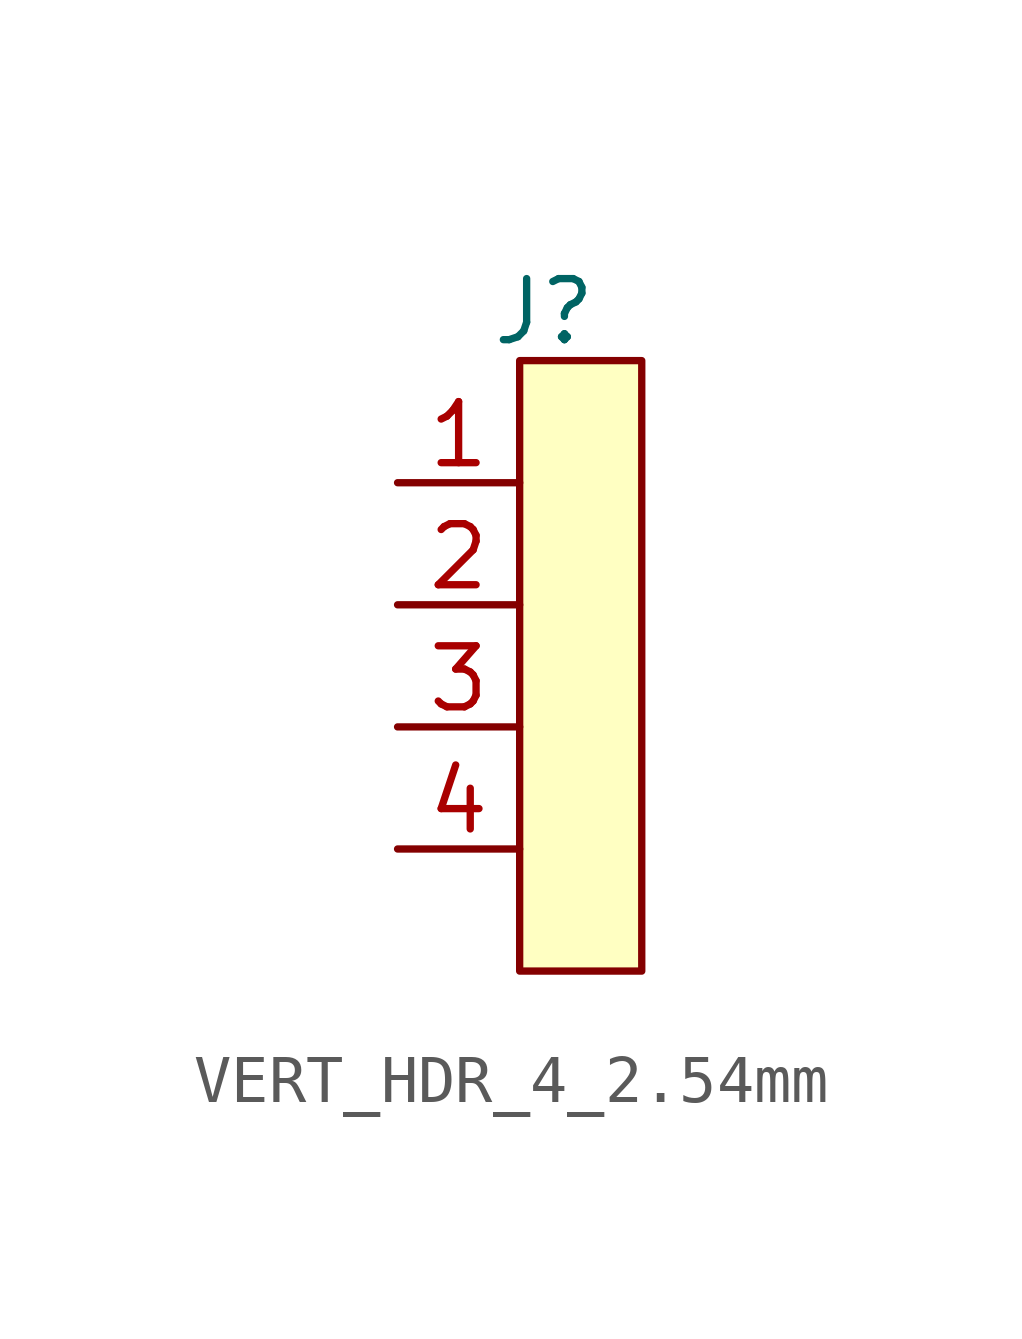
<source format=kicad_sym>
(kicad_symbol_lib
  (version 20231120)
  (generator "kicad_symbol_editor")
  (generator_version "8.0")
  (symbol "VERT_HDR_4_2.54mm"
    (property "Reference" "J"
      (at -0.762 3.556 0)
      (effects (font (size 1.27 1.27))))
    (symbol "VERT_HDR_4_2.54mm_1_1"
      (rectangle (start -1.27 2.54) (end 1.27 -10.16) (stroke (width 0) (type default)) (fill (type background)))
      (pin unspecified line (at -3.81 0 0) (length 2.54) (name "" (effects (font (size 1.27 1.27)))) (number "1" (effects (font (size 1.27 1.27)))))
      (pin unspecified line (at -3.81 -2.54 0) (length 2.54) (name "" (effects (font (size 1.27 1.27)))) (number "2" (effects (font (size 1.27 1.27)))))
      (pin unspecified line (at -3.81 -5.08 0) (length 2.54) (name "" (effects (font (size 1.27 1.27)))) (number "3" (effects (font (size 1.27 1.27)))))
      (pin unspecified line (at -3.81 -7.62 0) (length 2.54) (name "" (effects (font (size 1.27 1.27)))) (number "4" (effects (font (size 1.27 1.27))))))))
</source>
